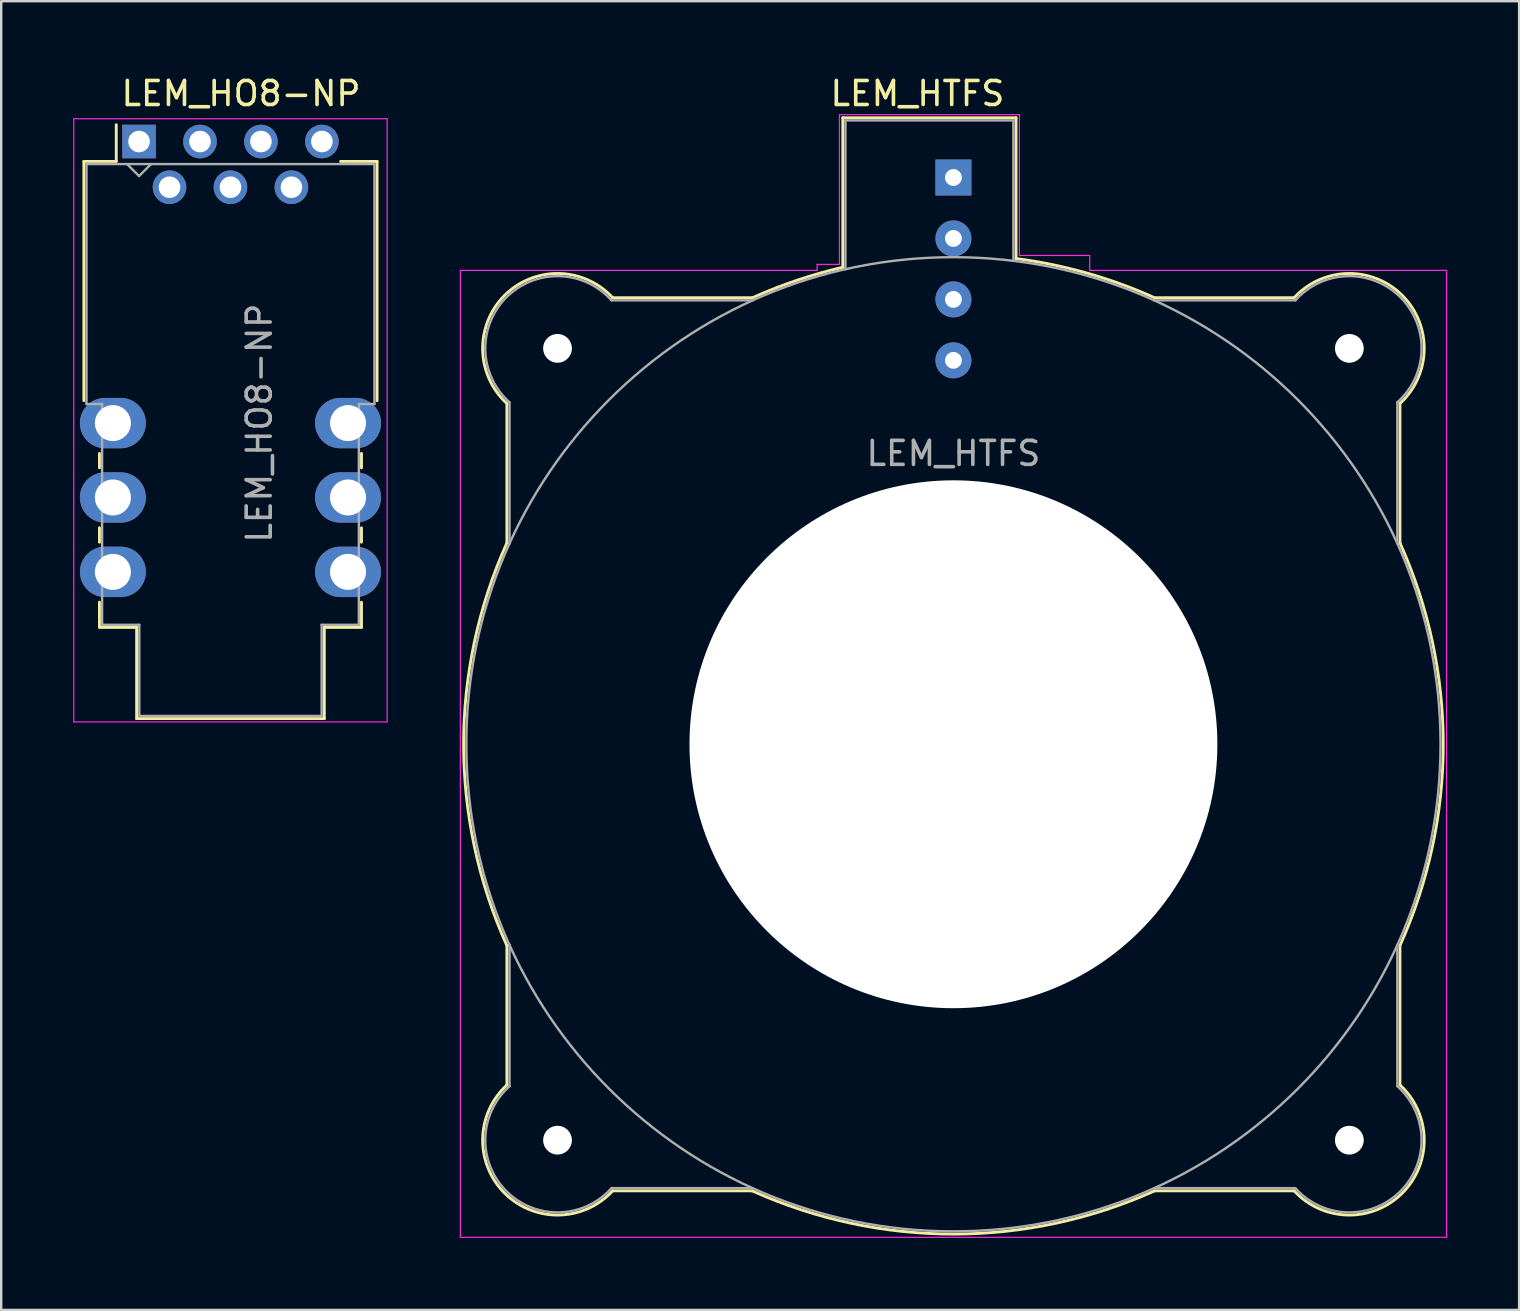
<source format=kicad_pcb>
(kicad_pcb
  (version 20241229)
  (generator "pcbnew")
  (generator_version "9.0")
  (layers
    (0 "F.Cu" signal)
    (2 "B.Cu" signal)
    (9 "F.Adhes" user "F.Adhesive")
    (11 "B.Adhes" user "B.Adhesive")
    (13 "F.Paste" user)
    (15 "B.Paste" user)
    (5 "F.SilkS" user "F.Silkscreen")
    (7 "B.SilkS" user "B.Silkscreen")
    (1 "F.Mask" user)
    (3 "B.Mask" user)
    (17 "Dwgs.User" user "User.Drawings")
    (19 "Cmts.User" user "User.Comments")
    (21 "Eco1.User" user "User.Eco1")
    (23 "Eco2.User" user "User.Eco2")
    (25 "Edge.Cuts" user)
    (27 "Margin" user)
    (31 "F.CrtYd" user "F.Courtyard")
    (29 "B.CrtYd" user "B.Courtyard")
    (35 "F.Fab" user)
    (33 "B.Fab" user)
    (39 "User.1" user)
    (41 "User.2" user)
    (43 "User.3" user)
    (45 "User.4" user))
  (footprint "LEM_HO8-NP"
    (layer "F.Cu")
    (at 2.745 2.848)
    (property "Reference" "LEM_HO8-NP" (at 4.25 -2 180) (layer "F.SilkS") (effects (font (size 1 1) (thickness 0.15))))
    (attr through_hole)
    (fp_line (start -2.3 0.83) (end -2.3 10.8) (stroke (width 0.12) (type solid)) (layer "F.SilkS"))
    (fp_line (start -2.3 0.83) (end -0.95 0.83) (stroke (width 0.12) (type solid)) (layer "F.SilkS"))
    (fp_line (start -1.65 13) (end -1.65 13.6) (stroke (width 0.12) (type solid)) (layer "F.SilkS"))
    (fp_line (start -1.65 16.1) (end -1.65 16.7) (stroke (width 0.12) (type solid)) (layer "F.SilkS"))
    (fp_line (start -1.65 19.2) (end -1.65 20.24) (stroke (width 0.12) (type solid)) (layer "F.SilkS"))
    (fp_line (start -1.65 20.25) (end -0.1 20.25) (stroke (width 0.12) (type solid)) (layer "F.SilkS"))
    (fp_line (start -0.95 0.83) (end -0.95 -0.7) (stroke (width 0.12) (type solid)) (layer "F.SilkS"))
    (fp_line (start -0.1 20.25) (end -0.1 24.05) (stroke (width 0.12) (type solid)) (layer "F.SilkS"))
    (fp_line (start -0.1 24.05) (end 7.72 24.05) (stroke (width 0.12) (type solid)) (layer "F.SilkS"))
    (fp_line (start 7.72 20.25) (end 9.27 20.25) (stroke (width 0.12) (type solid)) (layer "F.SilkS"))
    (fp_line (start 7.72 24.05) (end 7.72 20.25) (stroke (width 0.12) (type solid)) (layer "F.SilkS"))
    (fp_line (start 9.27 13) (end 9.27 13.6) (stroke (width 0.12) (type solid)) (layer "F.SilkS"))
    (fp_line (start 9.27 16.1) (end 9.27 16.7) (stroke (width 0.12) (type solid)) (layer "F.SilkS"))
    (fp_line (start 9.27 19.2) (end 9.27 20.24) (stroke (width 0.12) (type solid)) (layer "F.SilkS"))
    (fp_line (start 9.92 0.83) (end 8.4 0.83) (stroke (width 0.12) (type solid)) (layer "F.SilkS"))
    (fp_line (start 9.92 10.8) (end 9.92 0.83) (stroke (width 0.12) (type solid)) (layer "F.SilkS"))
    (fp_line (start -2.72 -0.95) (end -2.72 24.19) (stroke (width 0.05) (type solid)) (layer "F.CrtYd"))
    (fp_line (start -2.72 24.19) (end 10.34 24.19) (stroke (width 0.05) (type solid)) (layer "F.CrtYd"))
    (fp_line (start 10.34 -0.95) (end -2.72 -0.95) (stroke (width 0.05) (type solid)) (layer "F.CrtYd"))
    (fp_line (start 10.34 24.19) (end 10.34 -0.95) (stroke (width 0.05) (type solid)) (layer "F.CrtYd"))
    (fp_line (start -2.19 10.94) (end -2.19 0.94) (stroke (width 0.1) (type solid)) (layer "F.Fab"))
    (fp_line (start -2.19 10.94) (end -1.54 10.94) (stroke (width 0.1) (type solid)) (layer "F.Fab"))
    (fp_line (start -1.54 10.94) (end -1.54 20.14) (stroke (width 0.1) (type solid)) (layer "F.Fab"))
    (fp_line (start -0.5 0.94) (end 0 1.44) (stroke (width 0.1) (type solid)) (layer "F.Fab"))
    (fp_line (start 0 1.44) (end 0.5 0.94) (stroke (width 0.1) (type solid)) (layer "F.Fab"))
    (fp_line (start 0.01 20.14) (end -1.54 20.14) (stroke (width 0.1) (type solid)) (layer "F.Fab"))
    (fp_line (start 0.01 23.94) (end 0.01 20.14) (stroke (width 0.1) (type solid)) (layer "F.Fab"))
    (fp_line (start 0.01 23.94) (end 7.61 23.94) (stroke (width 0.1) (type solid)) (layer "F.Fab"))
    (fp_line (start 7.61 20.14) (end 9.16 20.14) (stroke (width 0.1) (type solid)) (layer "F.Fab"))
    (fp_line (start 7.61 23.94) (end 7.61 20.14) (stroke (width 0.1) (type solid)) (layer "F.Fab"))
    (fp_line (start 9.16 10.94) (end 9.16 20.14) (stroke (width 0.1) (type solid)) (layer "F.Fab"))
    (fp_line (start 9.81 0.94) (end -2.19 0.94) (stroke (width 0.1) (type solid)) (layer "F.Fab"))
    (fp_line (start 9.81 0.94) (end 9.81 10.94) (stroke (width 0.1) (type solid)) (layer "F.Fab"))
    (fp_line (start 9.81 10.94) (end 9.16 10.94) (stroke (width 0.1) (type solid)) (layer "F.Fab"))
    (fp_text user "${REFERENCE}" (at 5.01 11.735 270) (layer "F.Fab") (effects (font (size 1 1) (thickness 0.15))))
    (pad "1" thru_hole rect (at 0 0) (size 1.4 1.4) (drill 0.9) (layers "*.Cu" "*.Mask"))
    (pad "2" thru_hole circle (at 1.27 1.905) (size 1.4 1.4) (drill 0.9) (layers "*.Cu" "*.Mask"))
    (pad "3" thru_hole circle (at 2.54 0) (size 1.4 1.4) (drill 0.9) (layers "*.Cu" "*.Mask"))
    (pad "4" thru_hole circle (at 3.81 1.905) (size 1.4 1.4) (drill 0.9) (layers "*.Cu" "*.Mask"))
    (pad "5" thru_hole circle (at 5.08 0) (size 1.4 1.4) (drill 0.9) (layers "*.Cu" "*.Mask"))
    (pad "6" thru_hole circle (at 6.35 1.905) (size 1.4 1.4) (drill 0.9) (layers "*.Cu" "*.Mask"))
    (pad "7" thru_hole circle (at 7.62 0) (size 1.4 1.4) (drill 0.9) (layers "*.Cu" "*.Mask"))
    (pad "8" thru_hole oval (at 8.71 11.735) (size 2.75 2.1) (drill 1.5) (layers "*.Cu" "*.Mask"))
    (pad "9" thru_hole oval (at 8.71 14.835) (size 2.75 2.1) (drill 1.5) (layers "*.Cu" "*.Mask"))
    (pad "10" thru_hole oval (at 8.71 17.935) (size 2.75 2.1) (drill 1.5) (layers "*.Cu" "*.Mask"))
    (pad "11" thru_hole oval (at -1.09 17.935) (size 2.75 2.1) (drill 1.5) (layers "*.Cu" "*.Mask"))
    (pad "12" thru_hole oval (at -1.09 14.835) (size 2.75 2.1) (drill 1.5) (layers "*.Cu" "*.Mask"))
    (pad "13" thru_hole oval (at -1.09 11.735) (size 2.75 2.1) (drill 1.5) (layers "*.Cu" "*.Mask")))
  (footprint "LEM_HTFS"
    (layer "F.Cu")
    (at 36.685 4.348)
    (property "Reference" "LEM_HTFS" (at -1.5 -3.5 180) (layer "F.SilkS") (effects (font (size 1 1) (thickness 0.15))))
    (attr through_hole)
    (fp_line (start -18.61 15.23) (end -18.61 9.42) (stroke (width 0.12) (type solid)) (layer "F.SilkS"))
    (fp_line (start -18.61 37.82) (end -18.61 32.01) (stroke (width 0.12) (type solid)) (layer "F.SilkS"))
    (fp_line (start -8.38 5.01) (end -14.2 5.01) (stroke (width 0.12) (type solid)) (layer "F.SilkS"))
    (fp_line (start -8.38 42.23) (end -14.2 42.23) (stroke (width 0.12) (type solid)) (layer "F.SilkS"))
    (fp_line (start -4.61 -2.49) (end -4.61 3.74) (stroke (width 0.12) (type solid)) (layer "F.SilkS"))
    (fp_line (start -4.61 -2.49) (end 2.61 -2.49) (stroke (width 0.12) (type solid)) (layer "F.SilkS"))
    (fp_line (start 2.61 -2.49) (end 2.61 3.37) (stroke (width 0.12) (type solid)) (layer "F.SilkS"))
    (fp_line (start 8.38 5.01) (end 14.2 5.01) (stroke (width 0.12) (type solid)) (layer "F.SilkS"))
    (fp_line (start 8.38 42.23) (end 14.2 42.23) (stroke (width 0.12) (type solid)) (layer "F.SilkS"))
    (fp_line (start 18.61 15.23) (end 18.61 9.42) (stroke (width 0.12) (type solid)) (layer "F.SilkS"))
    (fp_line (start 18.61 37.82) (end 18.61 32.01) (stroke (width 0.12) (type solid)) (layer "F.SilkS"))
    (fp_arc (start -18.615098 31.998684) (mid -20.413823 23.613794) (end -18.61 15.23) (stroke (width 0.12) (type solid)) (layer "F.SilkS"))
    (fp_arc (start -18.607349 9.422429) (mid -18.708316 4.914226) (end -14.2 5.01) (stroke (width 0.12) (type solid)) (layer "F.SilkS"))
    (fp_arc (start -14.197571 42.227349) (mid -18.705774 42.328316) (end -18.61 37.82) (stroke (width 0.12) (type solid)) (layer "F.SilkS"))
    (fp_arc (start -8.351096 4.999428) (mid -6.511071 4.279047) (end -4.61 3.74) (stroke (width 0.12) (type solid)) (layer "F.SilkS"))
    (fp_arc (start 2.60813 3.377615) (mid 5.55436 3.980612) (end 8.38 5.01) (stroke (width 0.12) (type solid)) (layer "F.SilkS"))
    (fp_arc (start 8.39 42.23) (mid 0.006206 44.033823) (end -8.378684 42.235098) (stroke (width 0.12) (type solid)) (layer "F.SilkS"))
    (fp_arc (start 14.197571 5.012651) (mid 18.705774 4.911684) (end 18.61 9.42) (stroke (width 0.12) (type solid)) (layer "F.SilkS"))
    (fp_arc (start 18.607349 37.817571) (mid 18.708316 42.325774) (end 14.2 42.23) (stroke (width 0.12) (type solid)) (layer "F.SilkS"))
    (fp_arc (start 18.61 15.23) (mid 20.413823 23.613794) (end 18.615098 31.998684) (stroke (width 0.12) (type solid)) (layer "F.SilkS"))
    (fp_line (start -20.55 3.87) (end -5.68 3.87) (stroke (width 0.05) (type solid)) (layer "F.CrtYd"))
    (fp_line (start -20.55 44.17) (end -20.55 3.87) (stroke (width 0.05) (type solid)) (layer "F.CrtYd"))
    (fp_line (start -5.68 3.62) (end -5.68 3.87) (stroke (width 0.05) (type solid)) (layer "F.CrtYd"))
    (fp_line (start -4.75 -2.62) (end 2.75 -2.62) (stroke (width 0.05) (type solid)) (layer "F.CrtYd"))
    (fp_line (start -4.75 3.62) (end -5.68 3.62) (stroke (width 0.05) (type solid)) (layer "F.CrtYd"))
    (fp_line (start -4.75 3.62) (end -4.75 -2.62) (stroke (width 0.05) (type solid)) (layer "F.CrtYd"))
    (fp_line (start 2.75 -2.62) (end 2.75 3.25) (stroke (width 0.05) (type solid)) (layer "F.CrtYd"))
    (fp_line (start 5.68 3.25) (end 2.75 3.25) (stroke (width 0.05) (type solid)) (layer "F.CrtYd"))
    (fp_line (start 5.68 3.87) (end 5.68 3.25) (stroke (width 0.05) (type solid)) (layer "F.CrtYd"))
    (fp_line (start 5.68 3.87) (end 20.55 3.87) (stroke (width 0.05) (type solid)) (layer "F.CrtYd"))
    (fp_line (start 20.55 44.17) (end -20.55 44.17) (stroke (width 0.05) (type solid)) (layer "F.CrtYd"))
    (fp_line (start 20.55 44.17) (end 20.55 3.87) (stroke (width 0.05) (type solid)) (layer "F.CrtYd"))
    (fp_line (start -18.5 15.26) (end -18.5 9.37) (stroke (width 0.1) (type solid)) (layer "F.Fab"))
    (fp_line (start -18.5 37.87) (end -18.5 31.98) (stroke (width 0.1) (type solid)) (layer "F.Fab"))
    (fp_line (start -14.25 5.12) (end -8.36 5.12) (stroke (width 0.1) (type solid)) (layer "F.Fab"))
    (fp_line (start -14.25 42.12) (end -8.36 42.12) (stroke (width 0.1) (type solid)) (layer "F.Fab"))
    (fp_line (start -4.5 -2.38) (end -4.5 3.82) (stroke (width 0.1) (type solid)) (layer "F.Fab"))
    (fp_line (start -4.5 -2.38) (end 2.5 -2.38) (stroke (width 0.1) (type solid)) (layer "F.Fab"))
    (fp_line (start 2.5 -2.38) (end 2.5 3.47) (stroke (width 0.1) (type solid)) (layer "F.Fab"))
    (fp_line (start 14.25 5.12) (end 8.36 5.12) (stroke (width 0.1) (type solid)) (layer "F.Fab"))
    (fp_line (start 14.25 42.12) (end 8.36 42.12) (stroke (width 0.1) (type solid)) (layer "F.Fab"))
    (fp_line (start 18.5 15.26) (end 18.5 9.37) (stroke (width 0.1) (type solid)) (layer "F.Fab"))
    (fp_line (start 18.5 37.87) (end 18.5 31.98) (stroke (width 0.1) (type solid)) (layer "F.Fab"))
    (fp_arc (start -18.501292 9.36885) (mid -18.628061 4.990716) (end -14.25 5.12) (stroke (width 0.1) (type solid)) (layer "F.Fab"))
    (fp_arc (start -14.25115 42.121292) (mid -18.629284 42.248061) (end -18.5 37.87) (stroke (width 0.1) (type solid)) (layer "F.Fab"))
    (fp_arc (start 14.25115 5.118708) (mid 18.629284 4.991939) (end 18.5 9.37) (stroke (width 0.1) (type solid)) (layer "F.Fab"))
    (fp_arc (start 18.501292 37.87115) (mid 18.628061 42.249284) (end 14.25 42.12) (stroke (width 0.1) (type solid)) (layer "F.Fab"))
    (fp_circle (center 0 23.62) (end 0 3.32) (stroke (width 0.1) (type solid)) (fill no) (layer "F.Fab"))
    (fp_text user "${REFERENCE}" (at 0 11.5 180) (layer "F.Fab") (effects (font (size 1 1) (thickness 0.15))))
    (pad "" np_thru_hole circle (at -16.5 7.12) (size 1.2 1.2) (drill 1.2) (layers "*.Cu" "*.Mask"))
    (pad "" np_thru_hole circle (at -16.5 40.12) (size 1.2 1.2) (drill 1.2) (layers "*.Cu" "*.Mask"))
    (pad "" np_thru_hole circle (at 0 23.62) (size 22 22) (drill 22) (layers "*.Cu" "*.Mask"))
    (pad "" np_thru_hole circle (at 16.5 7.12) (size 1.2 1.2) (drill 1.2) (layers "*.Cu" "*.Mask"))
    (pad "" np_thru_hole circle (at 16.5 40.12) (size 1.2 1.2) (drill 1.2) (layers "*.Cu" "*.Mask"))
    (pad "1" thru_hole rect (at 0 0) (size 1.5 1.5) (drill 0.7) (layers "*.Cu" "*.Mask"))
    (pad "2" thru_hole circle (at 0 2.54) (size 1.5 1.5) (drill 0.7) (layers "*.Cu" "*.Mask"))
    (pad "3" thru_hole circle (at 0 5.08) (size 1.5 1.5) (drill 0.7) (layers "*.Cu" "*.Mask"))
    (pad "4" thru_hole circle (at 0 7.62) (size 1.5 1.5) (drill 0.7) (layers "*.Cu" "*.Mask")))
  (gr_rect
    (start -3 -3)
    (end 60.26 51.543)
    (stroke (width 0.1) (type default))
    (fill no)
    (layer "Edge.Cuts")))
</source>
